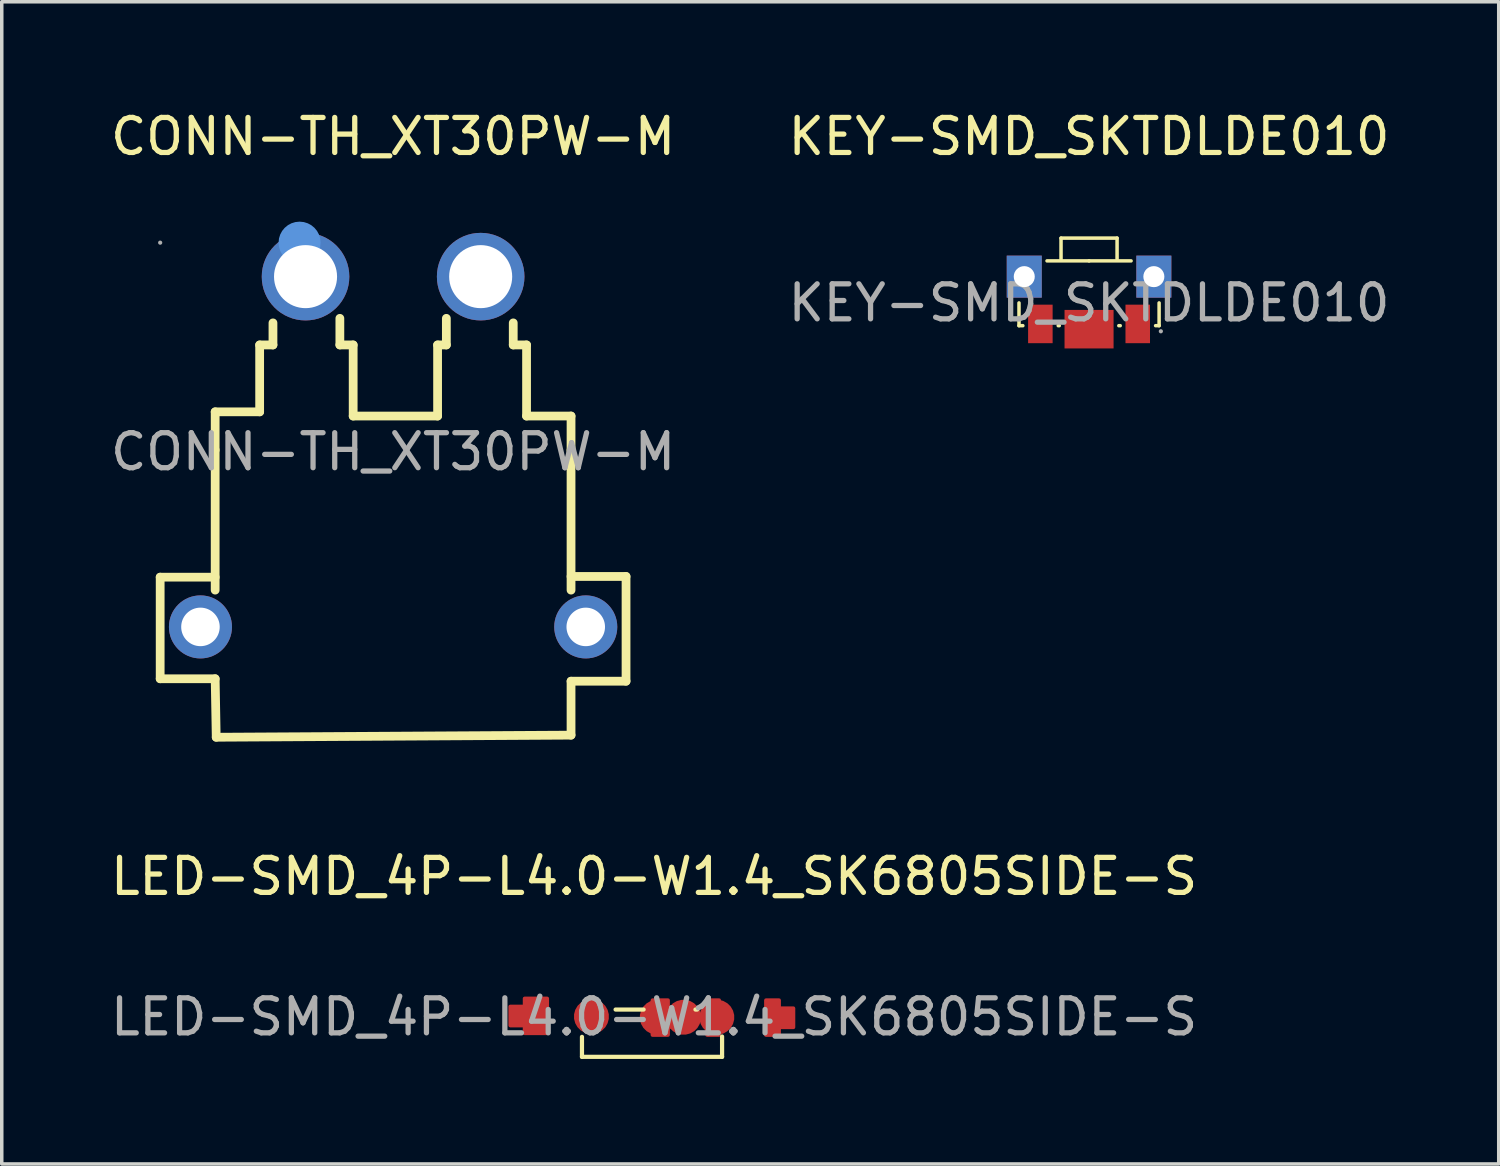
<source format=kicad_pcb>
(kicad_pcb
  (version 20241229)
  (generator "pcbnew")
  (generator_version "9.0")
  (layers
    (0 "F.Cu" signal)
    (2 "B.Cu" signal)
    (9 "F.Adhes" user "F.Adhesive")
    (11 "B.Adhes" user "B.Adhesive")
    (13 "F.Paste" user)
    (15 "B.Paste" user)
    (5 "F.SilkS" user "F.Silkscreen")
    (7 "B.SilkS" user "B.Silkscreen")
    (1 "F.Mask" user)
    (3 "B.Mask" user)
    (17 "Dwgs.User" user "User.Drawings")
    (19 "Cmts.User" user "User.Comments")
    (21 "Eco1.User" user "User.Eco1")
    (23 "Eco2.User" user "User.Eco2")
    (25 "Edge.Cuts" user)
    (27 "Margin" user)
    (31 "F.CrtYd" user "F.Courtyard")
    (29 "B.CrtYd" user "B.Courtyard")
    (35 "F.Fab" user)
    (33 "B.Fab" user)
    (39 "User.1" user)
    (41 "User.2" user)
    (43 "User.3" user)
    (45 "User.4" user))
  (footprint "CONN-TH_XT30PW-M"
    (layer "F.Cu")
    (at 8.173 9.848)
    (property "Reference" "CONN-TH_XT30PW-M" (at 0 -9 0) (layer "F.SilkS") (effects (font (size 1 1) (thickness 0.15))))
    (attr through_hole)
    (fp_line (start -6.65 3.58) (end -6.65 6.48) (stroke (width 0.25) (type solid)) (layer "F.SilkS"))
    (fp_line (start -6.65 3.58) (end -5.08 3.58) (stroke (width 0.25) (type solid)) (layer "F.SilkS"))
    (fp_line (start -6.65 6.48) (end -5.08 6.48) (stroke (width 0.25) (type solid)) (layer "F.SilkS"))
    (fp_line (start -5.08 -1.14) (end -5.08 -0.05) (stroke (width 0.25) (type solid)) (layer "F.SilkS"))
    (fp_line (start -5.08 3.95) (end -5.08 -0.05) (stroke (width 0.25) (type solid)) (layer "F.SilkS"))
    (fp_line (start -5.08 6.48) (end -5.05 8.15) (stroke (width 0.25) (type solid)) (layer "F.SilkS"))
    (fp_line (start -5.05 8.15) (end 5.08 8.09) (stroke (width 0.25) (type solid)) (layer "F.SilkS"))
    (fp_line (start -3.81 -3.05) (end -3.81 -1.14) (stroke (width 0.25) (type solid)) (layer "F.SilkS"))
    (fp_line (start -3.81 -1.14) (end -5.08 -1.14) (stroke (width 0.25) (type solid)) (layer "F.SilkS"))
    (fp_line (start -3.43 -3.68) (end -3.43 -3.05) (stroke (width 0.25) (type solid)) (layer "F.SilkS"))
    (fp_line (start -3.43 -3.05) (end -3.81 -3.05) (stroke (width 0.25) (type solid)) (layer "F.SilkS"))
    (fp_line (start -1.52 -3.81) (end -1.52 -3.05) (stroke (width 0.25) (type solid)) (layer "F.SilkS"))
    (fp_line (start -1.52 -3.05) (end -1.14 -3.05) (stroke (width 0.25) (type solid)) (layer "F.SilkS"))
    (fp_line (start -1.14 -3.05) (end -1.14 -1.02) (stroke (width 0.25) (type solid)) (layer "F.SilkS"))
    (fp_line (start -1.14 -1.02) (end 1.27 -1.02) (stroke (width 0.25) (type solid)) (layer "F.SilkS"))
    (fp_line (start 1.27 -3.05) (end 1.52 -3.05) (stroke (width 0.25) (type solid)) (layer "F.SilkS"))
    (fp_line (start 1.27 -1.02) (end 1.27 -3.05) (stroke (width 0.25) (type solid)) (layer "F.SilkS"))
    (fp_line (start 1.52 -3.05) (end 1.52 -3.81) (stroke (width 0.25) (type solid)) (layer "F.SilkS"))
    (fp_line (start 3.43 -3.68) (end 3.43 -3.05) (stroke (width 0.25) (type solid)) (layer "F.SilkS"))
    (fp_line (start 3.43 -3.05) (end 3.81 -3.05) (stroke (width 0.25) (type solid)) (layer "F.SilkS"))
    (fp_line (start 3.81 -3.05) (end 3.81 -1.02) (stroke (width 0.25) (type solid)) (layer "F.SilkS"))
    (fp_line (start 3.81 -1.02) (end 5.08 -1.02) (stroke (width 0.25) (type solid)) (layer "F.SilkS"))
    (fp_line (start 5.08 -1.02) (end 5.08 -0.05) (stroke (width 0.25) (type solid)) (layer "F.SilkS"))
    (fp_line (start 5.08 3.56) (end 6.65 3.56) (stroke (width 0.25) (type solid)) (layer "F.SilkS"))
    (fp_line (start 5.08 3.95) (end 5.08 -0.05) (stroke (width 0.25) (type solid)) (layer "F.SilkS"))
    (fp_line (start 5.08 6.55) (end 6.65 6.55) (stroke (width 0.25) (type solid)) (layer "F.SilkS"))
    (fp_line (start 5.08 8.09) (end 5.08 6.55) (stroke (width 0.25) (type solid)) (layer "F.SilkS"))
    (fp_line (start 6.65 3.56) (end 6.65 6.55) (stroke (width 0.25) (type solid)) (layer "F.SilkS"))
    (fp_circle (center -2.67 -5.97) (end -2.37 -5.97) (stroke (width 0.6) (type solid)) (fill no) (layer "Cmts.User"))
    (fp_circle (center -6.65 -5.97) (end -6.62 -5.97) (stroke (width 0.06) (type solid)) (fill no) (layer "F.Fab"))
    (fp_circle (center -5.5 5) (end -5.31 5) (stroke (width 0.38) (type solid)) (fill no) (layer "F.Fab"))
    (fp_circle (center -2.5 -5) (end -2.17 -5) (stroke (width 0.65) (type solid)) (fill no) (layer "F.Fab"))
    (fp_circle (center 2.5 -5) (end 2.83 -5) (stroke (width 0.65) (type solid)) (fill no) (layer "F.Fab"))
    (fp_circle (center 5.5 5) (end 5.69 5) (stroke (width 0.38) (type solid)) (fill no) (layer "F.Fab"))
    (fp_text user "${REFERENCE}" (at 0 0 0) (layer "F.Fab") (effects (font (size 1 1) (thickness 0.15))))
    (pad "1" thru_hole circle (at -2.5 -5) (size 2.5 2.5) (drill 1.8) (layers "*.Cu" "*.Mask"))
    (pad "2" thru_hole circle (at 2.5 -5) (size 2.5 2.5) (drill 1.8) (layers "*.Cu" "*.Mask"))
    (pad "3" thru_hole circle (at 5.5 5) (size 1.8 1.8) (drill 1.1) (layers "*.Cu" "*.Mask"))
    (pad "4" thru_hole circle (at -5.5 5) (size 1.8 1.8) (drill 1.1) (layers "*.Cu" "*.Mask")))
  (footprint "LED-SMD_4P-L4.0-W1.4_SK6805SIDE-S"
    (layer "F.Cu")
    (at 15.625 25.982)
    (property "Reference" "LED-SMD_4P-L4.0-W1.4_SK6805SIDE-S" (at 0 -4.01 0) (layer "F.SilkS") (effects (font (size 1 1) (thickness 0.15))))
    (attr smd)
    (fp_line (start -2.06 0.57) (end -2.06 1.14) (stroke (width 0.12) (type solid)) (layer "F.SilkS"))
    (fp_line (start -2.06 1.14) (end 1.94 1.14) (stroke (width 0.12) (type solid)) (layer "F.SilkS"))
    (fp_line (start -1.1 -0.21) (end -0.3 -0.21) (stroke (width 0.12) (type solid)) (layer "F.SilkS"))
    (fp_line (start 0.48 -0.21) (end 0.5 -0.21) (stroke (width 0.12) (type solid)) (layer "F.SilkS"))
    (fp_line (start 1.18 -0.21) (end 1.23 -0.21) (stroke (width 0.12) (type solid)) (layer "F.SilkS"))
    (fp_line (start 1.94 1.14) (end 1.94 0.56) (stroke (width 0.12) (type solid)) (layer "F.SilkS"))
    (fp_circle (center -2.06 -0.21) (end -2.03 -0.21) (stroke (width 0.06) (type solid)) (fill no) (layer "F.Fab"))
    (fp_text user "${REFERENCE}" (at 0 0 0) (layer "F.Fab") (effects (font (size 1 1) (thickness 0.15))))
    (pad "1" smd custom (at -1.79 -0.01) (size 1 1) (layers "F.Cu" "F.Mask" "F.Paste") (options (anchor circle)) (primitives (gr_poly (pts (xy -1.91 -0.52) (xy -1.91 -0.29) (xy -2.32 -0.29) (xy -2.32 0.26) (xy -1.91 0.26) (xy -1.91 0.48) (xy -1.26 0.48) (xy -1.26 -0.52)) (width 0.1) (fill yes))))
    (pad "2" smd custom (at 0.09 0.01) (size 1 1) (layers "F.Cu" "F.Mask" "F.Paste") (options (anchor circle)) (primitives (gr_poly (pts (xy -0.14 -0.49) (xy -0.14 0.51) (xy 0.31 0.51) (xy 0.31 -0.49)) (width 0.1) (fill yes))))
    (pad "3" smd custom (at 0.84 0.01) (size 1 1) (layers "F.Cu" "F.Mask" "F.Paste") (options (anchor circle)) (primitives (gr_poly (pts (xy 0.67 -0.49) (xy 0.67 0.51) (xy 1.02 0.51) (xy 1.02 -0.49)) (width 0.1) (fill yes))))
    (pad "4" smd custom (at 1.79 0.01) (size 1 1) (layers "F.Cu" "F.Mask" "F.Paste") (options (anchor circle)) (primitives (gr_poly (pts (xy 1.78 -0.26) (xy 1.78 -0.49) (xy 1.4 -0.49) (xy 1.4 -0.26) (xy 1.39 -0.26) (xy 1.39 0.29) (xy 1.4 0.29) (xy 1.4 0.51) (xy 1.78 0.51) (xy 1.78 0.29) (xy 2.19 0.29) (xy 2.19 -0.26)) (width 0.1) (fill yes)))))
  (footprint "KEY-SMD_SKTDLDE010"
    (layer "F.Cu")
    (at 28.042 5.598)
    (property "Reference" "KEY-SMD_SKTDLDE010" (at 0 -4.75 0) (layer "F.SilkS") (effects (font (size 1 1) (thickness 0.15))))
    (attr smd)
    (fp_line (start -2 0.65) (end -2 0) (stroke (width 0.1) (type solid)) (layer "F.SilkS"))
    (fp_line (start -2 0.65) (end -1.89 0.65) (stroke (width 0.1) (type solid)) (layer "F.SilkS"))
    (fp_line (start -0.88 0.65) (end -0.85 0.65) (stroke (width 0.1) (type solid)) (layer "F.SilkS"))
    (fp_line (start -0.8 -1.85) (end 0.8 -1.85) (stroke (width 0.1) (type solid)) (layer "F.SilkS"))
    (fp_line (start -0.8 -1.25) (end -0.8 -1.85) (stroke (width 0.1) (type solid)) (layer "F.SilkS"))
    (fp_line (start 0 -1.2) (end -1.2 -1.2) (stroke (width 0.1) (type solid)) (layer "F.SilkS"))
    (fp_line (start 0 -1.2) (end 1.2 -1.2) (stroke (width 0.1) (type solid)) (layer "F.SilkS"))
    (fp_line (start 0.8 -1.85) (end 0.8 -1.25) (stroke (width 0.1) (type solid)) (layer "F.SilkS"))
    (fp_line (start 0.85 0.65) (end 0.89 0.65) (stroke (width 0.1) (type solid)) (layer "F.SilkS"))
    (fp_line (start 1.9 0.65) (end 2 0.65) (stroke (width 0.1) (type solid)) (layer "F.SilkS"))
    (fp_line (start 2 0.65) (end 2 0) (stroke (width 0.1) (type solid)) (layer "F.SilkS"))
    (fp_circle (center -1.85 -0.75) (end -1.75 -0.75) (stroke (width 0.2) (type solid)) (fill no) (layer "F.Fab"))
    (fp_circle (center 1.85 -0.75) (end 1.95 -0.75) (stroke (width 0.2) (type solid)) (fill no) (layer "F.Fab"))
    (fp_circle (center 2.05 0.81) (end 2.08 0.81) (stroke (width 0.06) (type solid)) (fill no) (layer "F.Fab"))
    (fp_text user "${REFERENCE}" (at 0 0 0) (layer "F.Fab") (effects (font (size 1 1) (thickness 0.15))))
    (pad "1" smd rect (at 1.39 0.6) (size 0.7 1.1) (layers "F.Cu" "F.Mask" "F.Paste"))
    (pad "2" smd rect (at -1.39 0.6) (size 0.7 1.1) (layers "F.Cu" "F.Mask" "F.Paste"))
    (pad "3" smd rect (at 0 0.75) (size 1.4 1.1) (layers "F.Cu" "F.Mask" "F.Paste"))
    (pad "4" thru_hole rect (at -1.85 -0.75) (size 1 1.2) (drill 0.6) (layers "*.Cu" "*.Mask"))
    (pad "4" thru_hole rect (at 1.85 -0.75) (size 1 1.2) (drill 0.6) (layers "*.Cu" "*.Mask")))
  (gr_rect
    (start -3 -3)
    (end 39.738 30.181)
    (stroke (width 0.1) (type default))
    (fill no)
    (layer "Edge.Cuts")))
</source>
